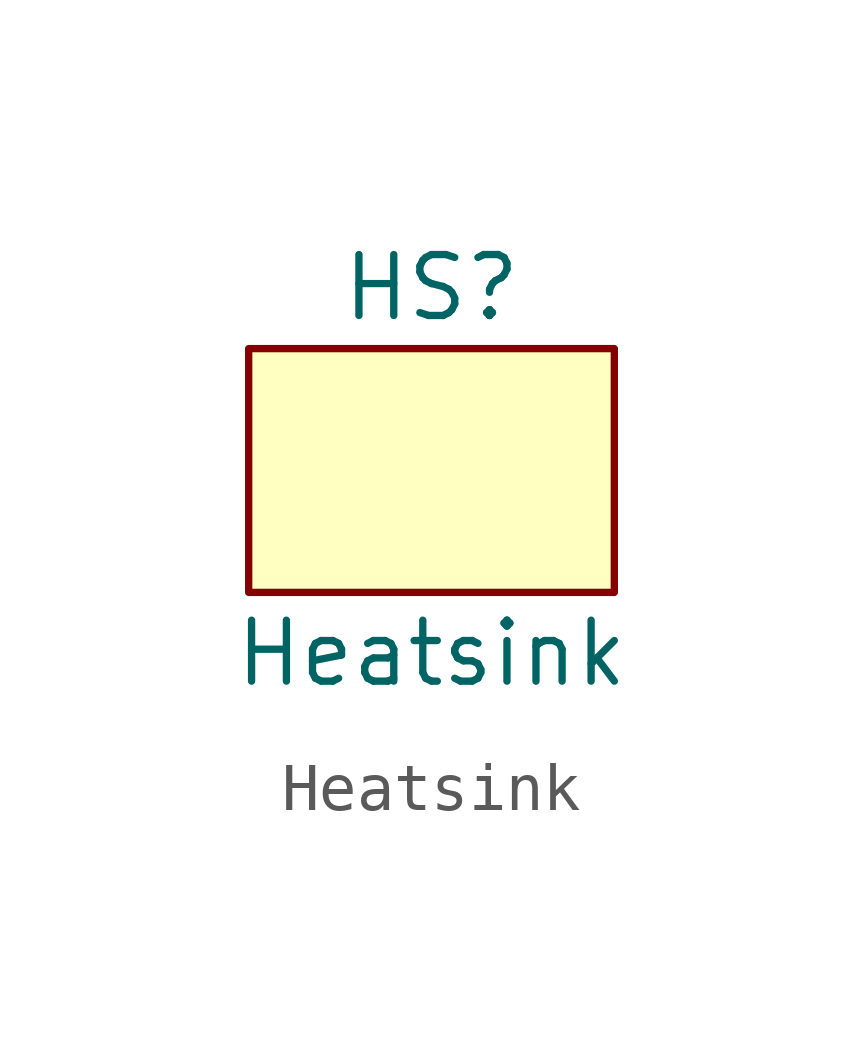
<source format=kicad_sym>
(kicad_symbol_lib
  (version 20220914)
  (generator kicad_symbol_editor)
  (symbol "Heatsink"
    (pin_names
      (offset 1.016))
    (property "Reference" "HS"
      (at 0 3.81 0)
      (effects (font (size 1.27 1.27))))
    (property "Value" "Heatsink"
      (at 0 -3.81 0)
      (effects (font (size 1.27 1.27))))
    (symbol "Heatsink_0_1"
      (rectangle (start -3.81 2.54) (end 3.81 -2.54) (stroke (width 0) (type default)) (fill (type background))))))
</source>
